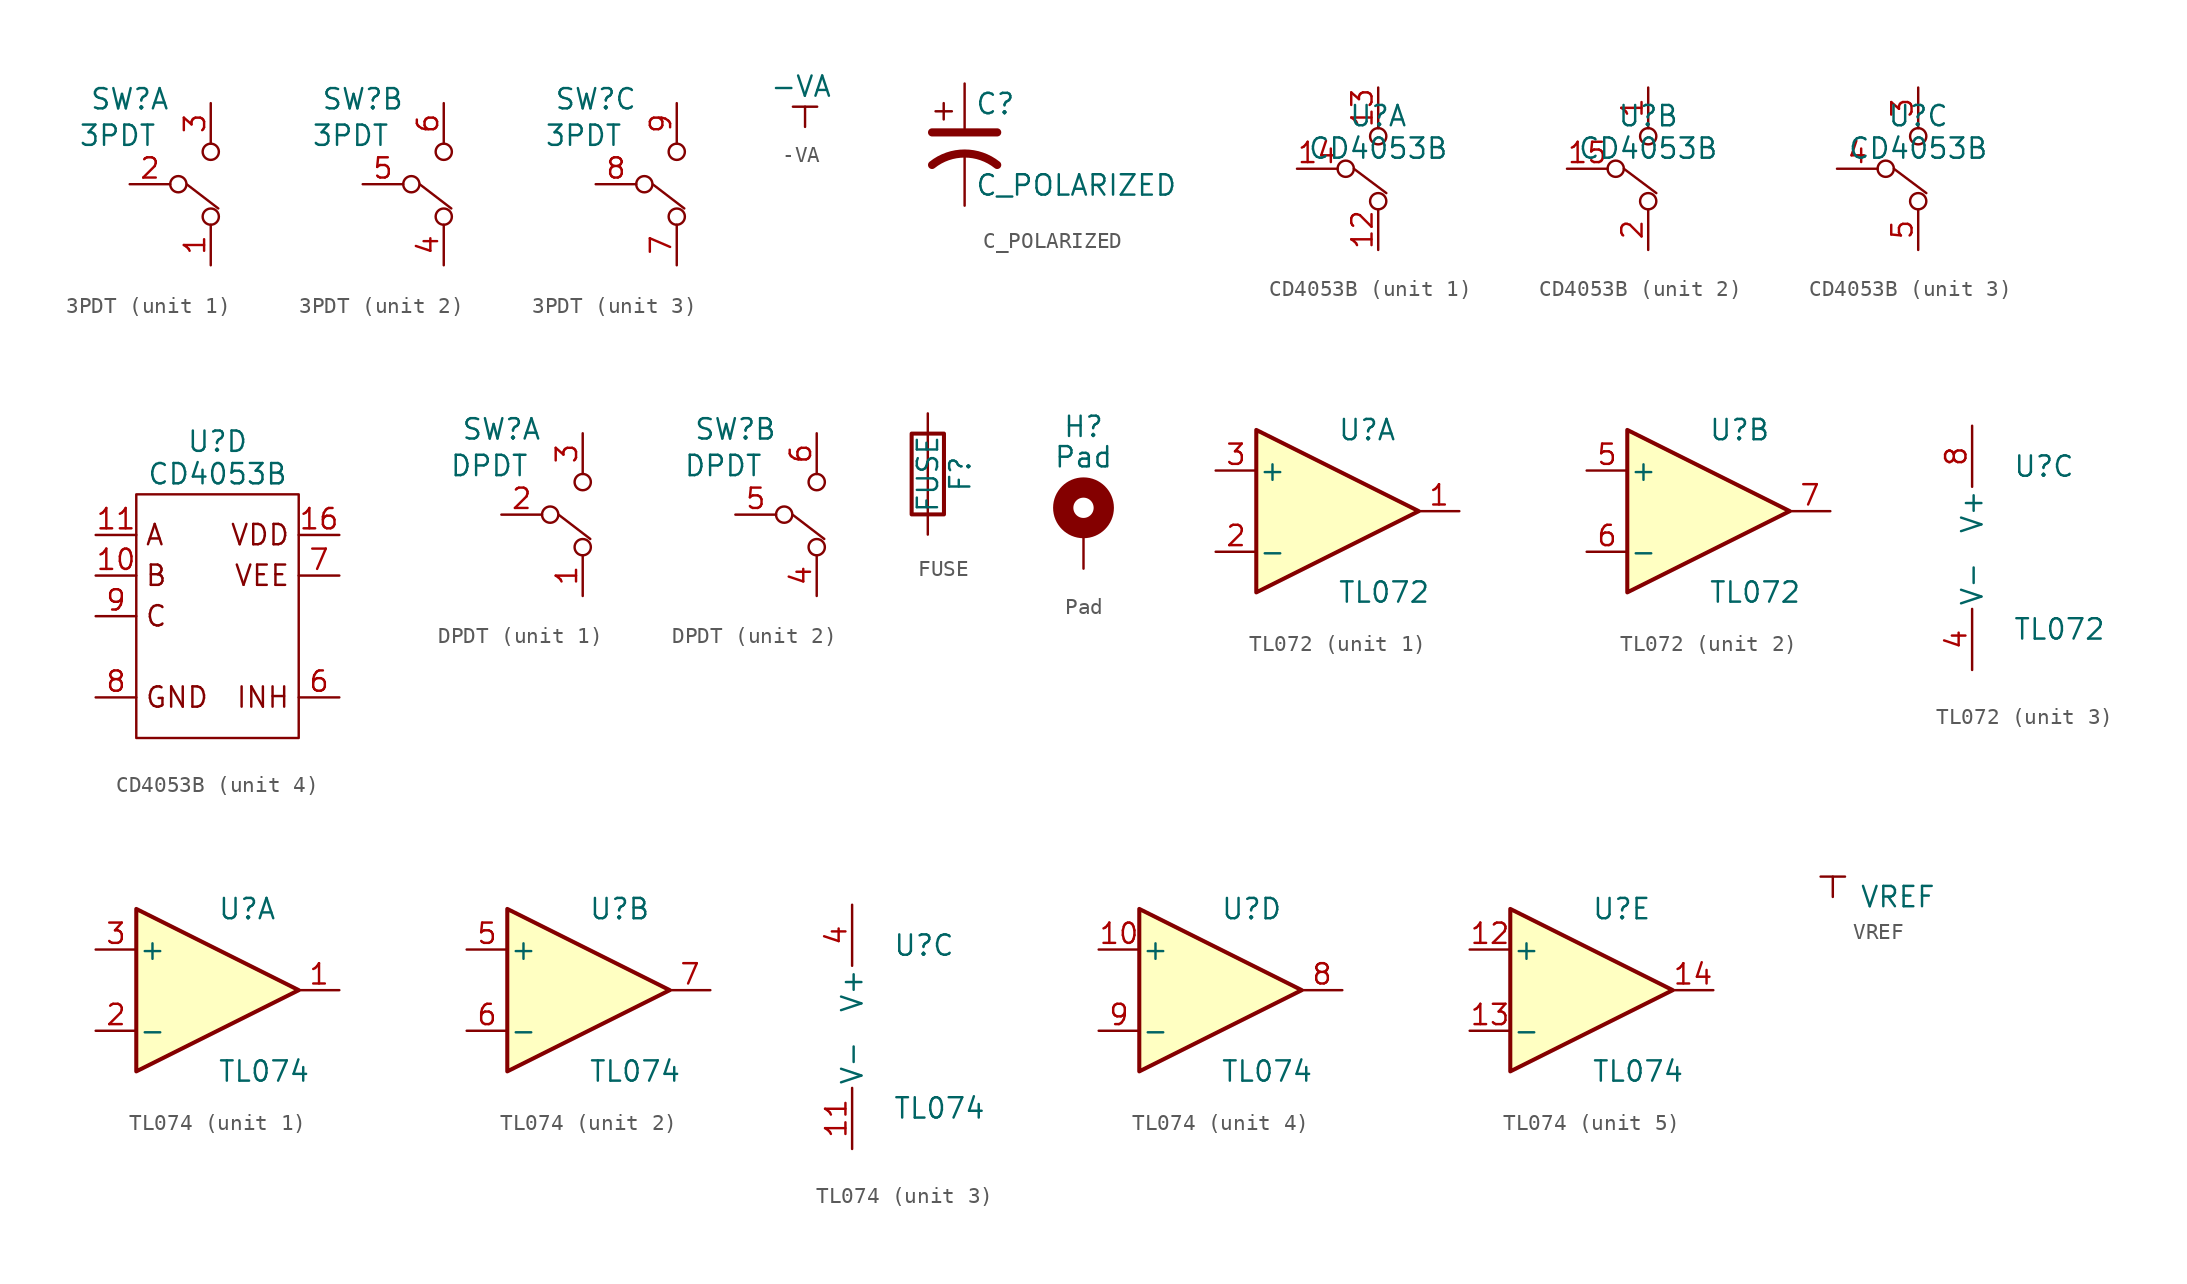
<source format=kicad_sym>
(kicad_symbol_lib
  (version 20241209)
  (generator "kicad_symbol_editor")
  (generator_version "9.0")
  (symbol "3PDT"
    (pin_names
      (offset 0)
      (hide yes))
    (property "Reference" "SW"
      (at -5.08 5.334 0)
      (effects (font (size 1.27 1.27))))
    (property "Value" "3PDT"
      (at -5.842 3.048 0)
      (effects (font (size 1.27 1.27))))
    (symbol "3PDT_0_0"
      (circle (center -2.032 0) (radius 0.508) (stroke (width 0) (type default)) (fill (type none)))
      (polyline (pts (xy -1.495 -0.013) (xy 0.472 -1.52)) (stroke (width 0) (type default)) (fill (type none)))
      (circle (center 0 2.032) (radius 0.508) (stroke (width 0) (type default)) (fill (type none)))
      (circle (center 0 -2.032) (radius 0.508) (stroke (width 0) (type default)) (fill (type none))))
    (symbol "3PDT_1_1"
      (pin passive line (at -5.08 0 0) (length 2.54) (name "2" (effects (font (size 1.27 1.27)))) (number "2" (effects (font (size 1.27 1.27)))))
      (pin passive line (at 0 5.08 270) (length 2.54) (name "3" (effects (font (size 1.27 1.27)))) (number "3" (effects (font (size 1.27 1.27)))))
      (pin passive line (at 0 -5.08 90) (length 2.54) (name "1" (effects (font (size 1.27 1.27)))) (number "1" (effects (font (size 1.27 1.27))))))
    (symbol "3PDT_2_1"
      (pin passive line (at -5.08 0 0) (length 2.54) (name "5" (effects (font (size 1.27 1.27)))) (number "5" (effects (font (size 1.27 1.27)))))
      (pin passive line (at 0 5.08 270) (length 2.54) (name "6" (effects (font (size 1.27 1.27)))) (number "6" (effects (font (size 1.27 1.27)))))
      (pin passive line (at 0 -5.08 90) (length 2.54) (name "4" (effects (font (size 1.27 1.27)))) (number "4" (effects (font (size 1.27 1.27))))))
    (symbol "3PDT_3_1"
      (pin passive line (at -5.08 0 0) (length 2.54) (name "8" (effects (font (size 1.27 1.27)))) (number "8" (effects (font (size 1.27 1.27)))))
      (pin passive line (at 0 5.08 270) (length 2.54) (name "9" (effects (font (size 1.27 1.27)))) (number "9" (effects (font (size 1.27 1.27)))))
      (pin passive line (at 0 -5.08 90) (length 2.54) (name "7" (effects (font (size 1.27 1.27)))) (number "7" (effects (font (size 1.27 1.27)))))))
  (symbol "-VA"
    (power)
    (pin_numbers
      (hide yes))
    (pin_names
      (offset 0)
      (hide yes))
    (property "Reference" "-VA"
      (at -0.254 2.54 0)
      (effects (font (size 1.27 1.27)) (hide yes)))
    (property "Value" "-VA"
      (at -0.254 2.54 0)
      (effects (font (size 1.27 1.27))))
    (symbol "-VA_0_1"
      (polyline (pts (xy 0 0) (xy 0 1.27)) (stroke (width 0) (type default)) (fill (type none)))
      (polyline (pts (xy 0.762 1.27) (xy -0.762 1.27) (xy 0 1.27) (xy 0.762 1.27)) (stroke (width 0) (type default)) (fill (type outline))))
    (symbol "-VA_1_1"
      (pin power_in line (at 0 0 90) (length 0) (hide yes) (name "~" (effects (font (size 1.27 1.27)))) (number "1" (effects (font (size 1.27 1.27)))))))
  (symbol "C_POLARIZED"
    (pin_numbers
      (hide yes))
    (pin_names
      (offset 0.254)
      (hide yes))
    (property "Reference" "C"
      (at 0.635 2.54 0)
      (effects (font (size 1.27 1.27)) (justify left)))
    (property "Value" "C_POLARIZED"
      (at 0.635 -2.54 0)
      (effects (font (size 1.27 1.27)) (justify left)))
    (symbol "C_POLARIZED_0_1"
      (polyline (pts (xy -2.032 0.762) (xy 2.032 0.762)) (stroke (width 0.508) (type default)) (fill (type none)))
      (polyline (pts (xy -1.813 2.079) (xy -0.797 2.079)) (stroke (width 0) (type default)) (fill (type none)))
      (polyline (pts (xy -1.305 2.587) (xy -1.305 1.571)) (stroke (width 0) (type default)) (fill (type none)))
      (arc (start -2.032 -1.27) (mid 0 -0.5572) (end 2.032 -1.27) (stroke (width 0.508) (type default)) (fill (type none))))
    (symbol "C_POLARIZED_1_1"
      (pin passive line (at 0 3.81 270) (length 2.794) (name "~" (effects (font (size 1.27 1.27)))) (number "1" (effects (font (size 1.27 1.27)))))
      (pin passive line (at 0 -3.81 90) (length 3.302) (name "~" (effects (font (size 1.27 1.27)))) (number "2" (effects (font (size 1.27 1.27)))))))
  (symbol "CD4053B"
    (pin_names
      (offset 0)
      (hide yes))
    (property "Reference" "U"
      (at 0 3.302 0)
      (effects (font (size 1.27 1.27))))
    (property "Value" "CD4053B"
      (at 0 1.27 0)
      (effects (font (size 1.27 1.27))))
    (property "ki_locked" ""
      (at 0 0 0)
      (effects (font (size 1.27 1.27))))
    (symbol "CD4053B_1_1"
      (circle (center -2.032 0) (radius 0.508) (stroke (width 0) (type default)) (fill (type none)))
      (polyline (pts (xy -1.524 0) (xy 0.508 -1.524)) (stroke (width 0) (type default)) (fill (type none)))
      (circle (center 0 2.032) (radius 0.508) (stroke (width 0) (type default)) (fill (type none)))
      (circle (center 0 -2.032) (radius 0.508) (stroke (width 0) (type default)) (fill (type none)))
      (pin passive line (at -5.08 0 0) (length 2.54) (name "14" (effects (font (size 1.27 1.27)))) (number "14" (effects (font (size 1.27 1.27)))))
      (pin passive line (at 0 5.08 270) (length 2.54) (name "13" (effects (font (size 1.27 1.27)))) (number "13" (effects (font (size 1.27 1.27)))))
      (pin passive line (at 0 -5.08 90) (length 2.54) (name "12" (effects (font (size 1.27 1.27)))) (number "12" (effects (font (size 1.27 1.27))))))
    (symbol "CD4053B_2_1"
      (circle (center -2.032 0) (radius 0.508) (stroke (width 0) (type default)) (fill (type none)))
      (polyline (pts (xy -1.524 0) (xy 0.508 -1.524)) (stroke (width 0) (type default)) (fill (type none)))
      (circle (center 0 2.032) (radius 0.508) (stroke (width 0) (type default)) (fill (type none)))
      (circle (center 0 -2.032) (radius 0.508) (stroke (width 0) (type default)) (fill (type none)))
      (pin passive line (at -5.08 0 0) (length 2.54) (name "15" (effects (font (size 1.27 1.27)))) (number "15" (effects (font (size 1.27 1.27)))))
      (pin passive line (at 0 5.08 270) (length 2.54) (name "1" (effects (font (size 1.27 1.27)))) (number "1" (effects (font (size 1.27 1.27)))))
      (pin passive line (at 0 -5.08 90) (length 2.54) (name "2" (effects (font (size 1.27 1.27)))) (number "2" (effects (font (size 1.27 1.27))))))
    (symbol "CD4053B_3_1"
      (circle (center -2.032 0) (radius 0.508) (stroke (width 0) (type default)) (fill (type none)))
      (polyline (pts (xy -1.524 0) (xy 0.508 -1.524)) (stroke (width 0) (type default)) (fill (type none)))
      (circle (center 0 2.032) (radius 0.508) (stroke (width 0) (type default)) (fill (type none)))
      (circle (center 0 -2.032) (radius 0.508) (stroke (width 0) (type default)) (fill (type none)))
      (pin passive line (at -5.08 0 0) (length 2.54) (name "4" (effects (font (size 1.27 1.27)))) (number "4" (effects (font (size 1.27 1.27)))))
      (pin passive line (at 0 5.08 270) (length 2.54) (name "3" (effects (font (size 1.27 1.27)))) (number "3" (effects (font (size 1.27 1.27)))))
      (pin passive line (at 0 -5.08 90) (length 2.54) (name "5" (effects (font (size 1.27 1.27)))) (number "5" (effects (font (size 1.27 1.27))))))
    (symbol "CD4053B_4_1"
      (polyline (pts (xy -5.08 0) (xy -5.08 -15.24) (xy 5.08 -15.24) (xy 5.08 0) (xy -5.08 0)) (stroke (width 0) (type default)) (fill (type none)))
      (text "A" (at -4.572 -2.54 0) (effects (font (size 1.27 1.27)) (justify left)))
      (text "B" (at -4.572 -5.08 0) (effects (font (size 1.27 1.27)) (justify left)))
      (text "C" (at -4.572 -7.62 0) (effects (font (size 1.27 1.27)) (justify left)))
      (text "GND" (at -4.572 -12.7 0) (effects (font (size 1.27 1.27)) (justify left)))
      (text "VDD" (at 4.572 -2.54 0) (effects (font (size 1.27 1.27)) (justify right)))
      (text "VEE" (at 4.572 -5.08 0) (effects (font (size 1.27 1.27)) (justify right)))
      (text "INH" (at 4.572 -12.7 0) (effects (font (size 1.27 1.27)) (justify right)))
      (pin passive line (at -7.62 -2.54 0) (length 2.54) (name "A" (effects (font (size 1.27 1.27)))) (number "11" (effects (font (size 1.27 1.27)))))
      (pin passive line (at -7.62 -5.08 0) (length 2.54) (name "B" (effects (font (size 1.27 1.27)))) (number "10" (effects (font (size 1.27 1.27)))))
      (pin passive line (at -7.62 -7.62 0) (length 2.54) (name "C" (effects (font (size 1.27 1.27)))) (number "9" (effects (font (size 1.27 1.27)))))
      (pin passive line (at -7.62 -12.7 0) (length 2.54) (name "GND" (effects (font (size 1.27 1.27)))) (number "8" (effects (font (size 1.27 1.27)))))
      (pin passive line (at 7.62 -2.54 180) (length 2.54) (name "VDD" (effects (font (size 1.27 1.27)))) (number "16" (effects (font (size 1.27 1.27)))))
      (pin passive line (at 7.62 -5.08 180) (length 2.54) (name "VEE" (effects (font (size 1.27 1.27)))) (number "7" (effects (font (size 1.27 1.27)))))
      (pin passive line (at 7.62 -12.7 180) (length 2.54) (name "INH" (effects (font (size 1.27 1.27)))) (number "6" (effects (font (size 1.27 1.27)))))))
  (symbol "DPDT"
    (pin_names
      (offset 0)
      (hide yes))
    (property "Reference" "SW"
      (at -5.08 5.334 0)
      (effects (font (size 1.27 1.27))))
    (property "Value" "DPDT"
      (at -5.842 3.048 0)
      (effects (font (size 1.27 1.27))))
    (symbol "DPDT_0_0"
      (circle (center -2.032 0) (radius 0.508) (stroke (width 0) (type default)) (fill (type none)))
      (polyline (pts (xy -1.495 -0.013) (xy 0.472 -1.52)) (stroke (width 0) (type default)) (fill (type none)))
      (circle (center 0 2.032) (radius 0.508) (stroke (width 0) (type default)) (fill (type none)))
      (circle (center 0 -2.032) (radius 0.508) (stroke (width 0) (type default)) (fill (type none))))
    (symbol "DPDT_1_1"
      (pin passive line (at -5.08 0 0) (length 2.54) (name "2" (effects (font (size 1.27 1.27)))) (number "2" (effects (font (size 1.27 1.27)))))
      (pin passive line (at 0 5.08 270) (length 2.54) (name "3" (effects (font (size 1.27 1.27)))) (number "3" (effects (font (size 1.27 1.27)))))
      (pin passive line (at 0 -5.08 90) (length 2.54) (name "1" (effects (font (size 1.27 1.27)))) (number "1" (effects (font (size 1.27 1.27))))))
    (symbol "DPDT_2_1"
      (pin passive line (at -5.08 0 0) (length 2.54) (name "5" (effects (font (size 1.27 1.27)))) (number "5" (effects (font (size 1.27 1.27)))))
      (pin passive line (at 0 5.08 270) (length 2.54) (name "6" (effects (font (size 1.27 1.27)))) (number "6" (effects (font (size 1.27 1.27)))))
      (pin passive line (at 0 -5.08 90) (length 2.54) (name "4" (effects (font (size 1.27 1.27)))) (number "4" (effects (font (size 1.27 1.27)))))))
  (symbol "FUSE"
    (pin_numbers
      (hide yes))
    (pin_names
      (offset 0))
    (property "Reference" "F"
      (at 2.032 0 90)
      (effects (font (size 1.27 1.27))))
    (property "Value" "FUSE"
      (at 0 0 90)
      (effects (font (size 1.27 1.27))))
    (symbol "FUSE_0_1"
      (rectangle (start -1.016 -2.54) (end 1.016 2.54) (stroke (width 0.254) (type default)) (fill (type none)))
      (polyline (pts (xy 0 -2.54) (xy 0 2.54)) (stroke (width 0) (type default)) (fill (type none))))
    (symbol "FUSE_1_1"
      (pin passive line (at 0 3.81 270) (length 1.27) (name "~" (effects (font (size 1.27 1.27)))) (number "1" (effects (font (size 1.27 1.27)))))
      (pin passive line (at 0 -3.81 90) (length 1.27) (name "~" (effects (font (size 1.27 1.27)))) (number "2" (effects (font (size 1.27 1.27)))))))
  (symbol "Pad"
    (pin_numbers
      (hide yes))
    (pin_names
      (offset 1.016)
      (hide yes))
    (property "Reference" "H"
      (at 0 6.35 0)
      (effects (font (size 1.27 1.27))))
    (property "Value" "Pad"
      (at 0 4.445 0)
      (effects (font (size 1.27 1.27))))
    (symbol "Pad_0_1"
      (circle (center 0 1.27) (radius 1.27) (stroke (width 1.27) (type default)) (fill (type none))))
    (symbol "Pad_1_1"
      (pin passive line (at 0 -2.54 90) (length 2.54) (name "1" (effects (font (size 1.27 1.27)))) (number "1" (effects (font (size 1.27 1.27)))))))
  (symbol "TL072"
    (pin_names
      (offset 0.127))
    (property "Reference" "U"
      (at 0 5.08 0)
      (effects (font (size 1.27 1.27)) (justify left)))
    (property "Value" "TL072"
      (at 0 -5.08 0)
      (effects (font (size 1.27 1.27)) (justify left)))
    (property "ki_locked" ""
      (at 0 0 0)
      (effects (font (size 1.27 1.27))))
    (symbol "TL072_1_1"
      (polyline (pts (xy -5.08 5.08) (xy 5.08 0) (xy -5.08 -5.08) (xy -5.08 5.08)) (stroke (width 0.254) (type default)) (fill (type background)))
      (pin input line (at -7.62 2.54 0) (length 2.54) (name "+" (effects (font (size 1.27 1.27)))) (number "3" (effects (font (size 1.27 1.27)))))
      (pin input line (at -7.62 -2.54 0) (length 2.54) (name "-" (effects (font (size 1.27 1.27)))) (number "2" (effects (font (size 1.27 1.27)))))
      (pin output line (at 7.62 0 180) (length 2.54) (name "~" (effects (font (size 1.27 1.27)))) (number "1" (effects (font (size 1.27 1.27))))))
    (symbol "TL072_2_1"
      (polyline (pts (xy -5.08 5.08) (xy 5.08 0) (xy -5.08 -5.08) (xy -5.08 5.08)) (stroke (width 0.254) (type default)) (fill (type background)))
      (pin input line (at -7.62 2.54 0) (length 2.54) (name "+" (effects (font (size 1.27 1.27)))) (number "5" (effects (font (size 1.27 1.27)))))
      (pin input line (at -7.62 -2.54 0) (length 2.54) (name "-" (effects (font (size 1.27 1.27)))) (number "6" (effects (font (size 1.27 1.27)))))
      (pin output line (at 7.62 0 180) (length 2.54) (name "~" (effects (font (size 1.27 1.27)))) (number "7" (effects (font (size 1.27 1.27))))))
    (symbol "TL072_3_1"
      (pin power_in line (at -2.54 7.62 270) (length 3.81) (name "V+" (effects (font (size 1.27 1.27)))) (number "8" (effects (font (size 1.27 1.27)))))
      (pin power_in line (at -2.54 -7.62 90) (length 3.81) (name "V-" (effects (font (size 1.27 1.27)))) (number "4" (effects (font (size 1.27 1.27)))))))
  (symbol "TL074"
    (pin_names
      (offset 0.127))
    (property "Reference" "U"
      (at 0 5.08 0)
      (effects (font (size 1.27 1.27)) (justify left)))
    (property "Value" "TL074"
      (at 0 -5.08 0)
      (effects (font (size 1.27 1.27)) (justify left)))
    (property "ki_locked" ""
      (at 0 0 0)
      (effects (font (size 1.27 1.27))))
    (symbol "TL074_1_1"
      (polyline (pts (xy -5.08 5.08) (xy 5.08 0) (xy -5.08 -5.08) (xy -5.08 5.08)) (stroke (width 0.254) (type default)) (fill (type background)))
      (pin input line (at -7.62 2.54 0) (length 2.54) (name "+" (effects (font (size 1.27 1.27)))) (number "3" (effects (font (size 1.27 1.27)))))
      (pin input line (at -7.62 -2.54 0) (length 2.54) (name "-" (effects (font (size 1.27 1.27)))) (number "2" (effects (font (size 1.27 1.27)))))
      (pin output line (at 7.62 0 180) (length 2.54) (name "~" (effects (font (size 1.27 1.27)))) (number "1" (effects (font (size 1.27 1.27))))))
    (symbol "TL074_2_1"
      (polyline (pts (xy -5.08 5.08) (xy 5.08 0) (xy -5.08 -5.08) (xy -5.08 5.08)) (stroke (width 0.254) (type default)) (fill (type background)))
      (pin input line (at -7.62 2.54 0) (length 2.54) (name "+" (effects (font (size 1.27 1.27)))) (number "5" (effects (font (size 1.27 1.27)))))
      (pin input line (at -7.62 -2.54 0) (length 2.54) (name "-" (effects (font (size 1.27 1.27)))) (number "6" (effects (font (size 1.27 1.27)))))
      (pin output line (at 7.62 0 180) (length 2.54) (name "~" (effects (font (size 1.27 1.27)))) (number "7" (effects (font (size 1.27 1.27))))))
    (symbol "TL074_3_1"
      (pin power_in line (at -2.54 7.62 270) (length 3.81) (name "V+" (effects (font (size 1.27 1.27)))) (number "4" (effects (font (size 1.27 1.27)))))
      (pin power_in line (at -2.54 -7.62 90) (length 3.81) (name "V-" (effects (font (size 1.27 1.27)))) (number "11" (effects (font (size 1.27 1.27))))))
    (symbol "TL074_4_1"
      (polyline (pts (xy -5.08 5.08) (xy 5.08 0) (xy -5.08 -5.08) (xy -5.08 5.08)) (stroke (width 0.254) (type default)) (fill (type background)))
      (pin input line (at -7.62 2.54 0) (length 2.54) (name "+" (effects (font (size 1.27 1.27)))) (number "10" (effects (font (size 1.27 1.27)))))
      (pin input line (at -7.62 -2.54 0) (length 2.54) (name "-" (effects (font (size 1.27 1.27)))) (number "9" (effects (font (size 1.27 1.27)))))
      (pin output line (at 7.62 0 180) (length 2.54) (name "~" (effects (font (size 1.27 1.27)))) (number "8" (effects (font (size 1.27 1.27))))))
    (symbol "TL074_5_1"
      (polyline (pts (xy -5.08 5.08) (xy 5.08 0) (xy -5.08 -5.08) (xy -5.08 5.08)) (stroke (width 0.254) (type default)) (fill (type background)))
      (pin input line (at -7.62 2.54 0) (length 2.54) (name "+" (effects (font (size 1.27 1.27)))) (number "12" (effects (font (size 1.27 1.27)))))
      (pin input line (at -7.62 -2.54 0) (length 2.54) (name "-" (effects (font (size 1.27 1.27)))) (number "13" (effects (font (size 1.27 1.27)))))
      (pin output line (at 7.62 0 180) (length 2.54) (name "~" (effects (font (size 1.27 1.27)))) (number "14" (effects (font (size 1.27 1.27)))))))
  (symbol "VREF"
    (power)
    (pin_numbers
      (hide yes))
    (pin_names
      (offset 0)
      (hide yes))
    (property "Reference" "VREF"
      (at 4.064 0 0)
      (effects (font (size 1.27 1.27)) (hide yes)))
    (property "Value" "VREF"
      (at 4.064 0 0)
      (effects (font (size 1.27 1.27))))
    (symbol "VREF_0_1"
      (polyline (pts (xy 0 0) (xy 0 1.27)) (stroke (width 0) (type default)) (fill (type none)))
      (polyline (pts (xy 0.762 1.27) (xy -0.762 1.27) (xy 0 1.27) (xy 0.762 1.27)) (stroke (width 0) (type default)) (fill (type outline))))
    (symbol "VREF_1_1"
      (pin power_in line (at 0 0 90) (length 0) (hide yes) (name "~" (effects (font (size 1.27 1.27)))) (number "1" (effects (font (size 1.27 1.27))))))))
</source>
